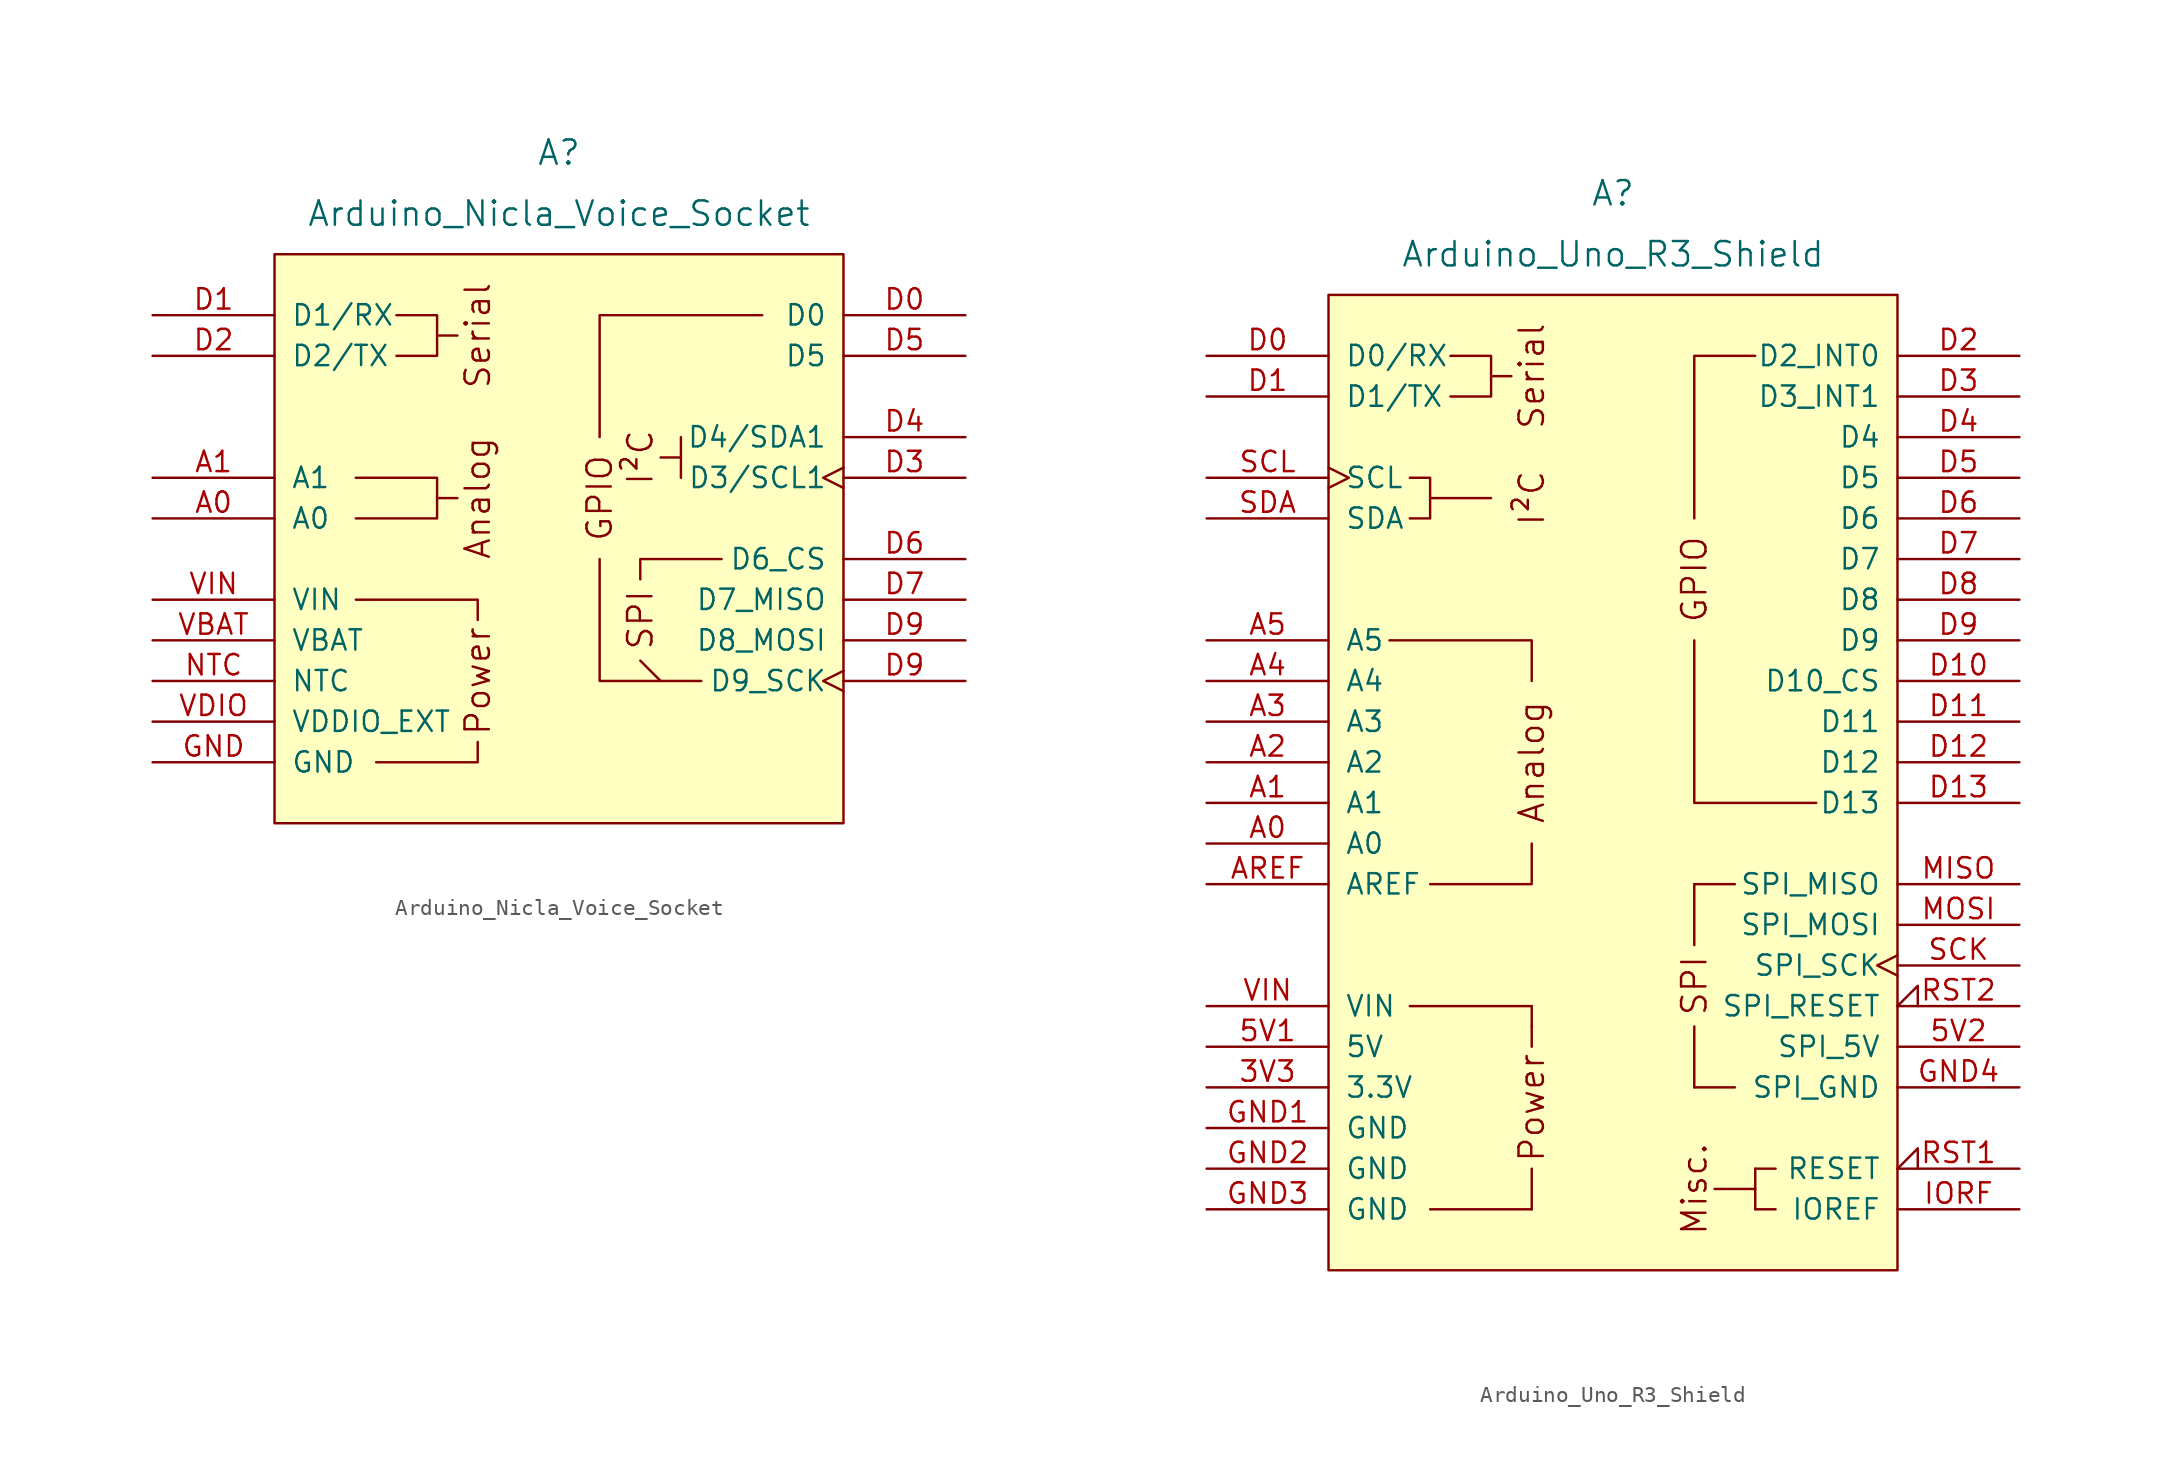
<source format=kicad_sym>
(kicad_symbol_lib
  (version 20211014)
  (generator kicad_symbol_editor)
  (symbol "Arduino_Nicla_Voice_Socket"
    (pin_names
      (offset 1.016))
    (property "Reference" "A"
      (at 0 33.02 0)
      (effects (font (size 1.524 1.524))))
    (property "Value" "Arduino_Nicla_Voice_Socket"
      (at 0 29.21 0)
      (effects (font (size 1.524 1.524))))
    (symbol "Arduino_Nicla_Voice_Socket_0_0"
      (rectangle (start -17.78 26.67) (end 17.78 -8.89) (stroke (width 0) (type default) (color 0 0 0 0)) (fill (type background)))
      (polyline (pts (xy -7.62 11.43) (xy -6.35 11.43)) (stroke (width 0) (type default) (color 0 0 0 0)) (fill (type none)))
      (polyline (pts (xy -7.62 21.59) (xy -6.35 21.59)) (stroke (width 0) (type default) (color 0 0 0 0)) (fill (type none)))
      (polyline (pts (xy 7.62 13.97) (xy 6.35 13.97)) (stroke (width 0) (type default) (color 0 0 0 0)) (fill (type none)))
      (polyline (pts (xy -11.43 -5.08) (xy -5.08 -5.08) (xy -5.08 -3.81)) (stroke (width 0) (type default) (color 0 0 0 0)) (fill (type none)))
      (polyline (pts (xy -5.08 3.81) (xy -5.08 5.08) (xy -12.7 5.08)) (stroke (width 0) (type default) (color 0 0 0 0)) (fill (type none)))
      (polyline (pts (xy -10.16 22.86) (xy -7.62 22.86) (xy -7.62 20.32) (xy -10.16 20.32)) (stroke (width 0) (type default) (color 0 0 0 0)) (fill (type none)))
      (polyline (pts (xy 5.08 6.35) (xy 5.08 6.35) (xy 5.08 7.62) (xy 10.16 7.62)) (stroke (width 0) (type default) (color 0 0 0 0)) (fill (type none)))
      (polyline (pts (xy 6.35 0) (xy 6.35 0) (xy 6.35 0) (xy 5.08 1.27)) (stroke (width 0) (type default) (color 0 0 0 0)) (fill (type none)))
      (polyline (pts (xy 7.62 12.7) (xy 7.62 12.7) (xy 7.62 15.24) (xy 7.62 15.24)) (stroke (width 0) (type default) (color 0 0 0 0)) (fill (type none)))
      (text "Analog" (at -5.08 11.43 900) (effects (font (size 1.524 1.524))))
      (text "I²C" (at 5.08 13.97 900) (effects (font (size 1.524 1.524))))
      (text "Power" (at -5.08 0 900) (effects (font (size 1.524 1.524))))
      (text "Serial" (at -5.08 21.59 900) (effects (font (size 1.524 1.524)))))
    (symbol "Arduino_Nicla_Voice_Socket_0_1"
      (polyline (pts (xy -12.7 10.16) (xy -7.62 10.16) (xy -7.62 11.43)) (stroke (width 0) (type default) (color 0 0 0 0)) (fill (type none)))
      (polyline (pts (xy -12.7 12.7) (xy -7.62 12.7) (xy -7.62 11.43)) (stroke (width 0) (type default) (color 0 0 0 0)) (fill (type none)))
      (polyline (pts (xy 8.89 0) (xy 2.54 0) (xy 2.54 7.62)) (stroke (width 0) (type default) (color 0 0 0 0)) (fill (type none)))
      (polyline (pts (xy 12.7 22.86) (xy 2.54 22.86) (xy 2.54 15.24)) (stroke (width 0) (type default) (color 0 0 0 0)) (fill (type none))))
    (symbol "Arduino_Nicla_Voice_Socket_1_0"
      (text "GPIO" (at 2.54 11.43 900) (effects (font (size 1.524 1.524))))
      (text "SPI" (at 5.08 3.81 900) (effects (font (size 1.524 1.524)))))
    (symbol "Arduino_Nicla_Voice_Socket_1_1"
      (pin bidirectional line (at -25.4 10.16 0) (length 7.62) (name "A0" (effects (font (size 1.27 1.27)))) (number "A0" (effects (font (size 1.27 1.27)))))
      (pin bidirectional line (at -25.4 12.7 0) (length 7.62) (name "A1" (effects (font (size 1.27 1.27)))) (number "A1" (effects (font (size 1.27 1.27)))))
      (pin bidirectional line (at 25.4 22.86 180) (length 7.62) (name "D0" (effects (font (size 1.27 1.27)))) (number "D0" (effects (font (size 1.27 1.27)))))
      (pin bidirectional line (at -25.4 22.86 0) (length 7.62) (name "D1/RX" (effects (font (size 1.27 1.27)))) (number "D1" (effects (font (size 1.27 1.27)))))
      (pin bidirectional line (at -25.4 20.32 0) (length 7.62) (name "D2/TX" (effects (font (size 1.27 1.27)))) (number "D2" (effects (font (size 1.27 1.27)))))
      (pin bidirectional clock (at 25.4 12.7 180) (length 7.62) (name "D3/SCL1" (effects (font (size 1.27 1.27)))) (number "D3" (effects (font (size 1.27 1.27)))))
      (pin bidirectional line (at 25.4 15.24 180) (length 7.62) (name "D4/SDA1" (effects (font (size 1.27 1.27)))) (number "D4" (effects (font (size 1.27 1.27)))))
      (pin bidirectional line (at 25.4 20.32 180) (length 7.62) (name "D5" (effects (font (size 1.27 1.27)))) (number "D5" (effects (font (size 1.27 1.27)))))
      (pin bidirectional line (at 25.4 7.62 180) (length 7.62) (name "D6_CS" (effects (font (size 1.27 1.27)))) (number "D6" (effects (font (size 1.27 1.27)))))
      (pin bidirectional line (at 25.4 5.08 180) (length 7.62) (name "D7_MISO" (effects (font (size 1.27 1.27)))) (number "D7" (effects (font (size 1.27 1.27)))))
      (pin bidirectional line (at 25.4 2.54 180) (length 7.62) (name "D8_MOSI" (effects (font (size 1.27 1.27)))) (number "D9" (effects (font (size 1.27 1.27)))))
      (pin bidirectional clock (at 25.4 0 180) (length 7.62) (name "D9_SCK" (effects (font (size 1.27 1.27)))) (number "D9" (effects (font (size 1.27 1.27)))))
      (pin power_in line (at -25.4 -5.08 0) (length 7.62) (name "GND" (effects (font (size 1.27 1.27)))) (number "GND" (effects (font (size 1.27 1.27)))))
      (pin input line (at -25.4 0 0) (length 7.62) (name "NTC" (effects (font (size 1.27 1.27)))) (number "NTC" (effects (font (size 1.27 1.27)))))
      (pin power_in line (at -25.4 2.54 0) (length 7.62) (name "VBAT" (effects (font (size 1.27 1.27)))) (number "VBAT" (effects (font (size 1.27 1.27)))))
      (pin power_out line (at -25.4 -2.54 0) (length 7.62) (name "VDDIO_EXT" (effects (font (size 1.27 1.27)))) (number "VDIO" (effects (font (size 1.27 1.27)))))
      (pin power_in line (at -25.4 5.08 0) (length 7.62) (name "VIN" (effects (font (size 1.27 1.27)))) (number "VIN" (effects (font (size 1.27 1.27)))))))
  (symbol "Arduino_Uno_R3_Shield"
    (pin_names
      (offset 1.016))
    (property "Reference" "A"
      (at 0 36.83 0)
      (effects (font (size 1.524 1.524))))
    (property "Value" "Arduino_Uno_R3_Shield"
      (at 0 33.02 0)
      (effects (font (size 1.524 1.524))))
    (symbol "Arduino_Uno_R3_Shield_0_0"
      (rectangle (start -17.78 30.48) (end 17.78 -30.48) (stroke (width 0) (type default) (color 0 0 0 0)) (fill (type background)))
      (rectangle (start -12.7 -13.97) (end -5.08 -13.97) (stroke (width 0) (type default) (color 0 0 0 0)) (fill (type none)))
      (rectangle (start -11.43 -26.67) (end -5.08 -26.67) (stroke (width 0) (type default) (color 0 0 0 0)) (fill (type none)))
      (polyline (pts (xy -11.43 17.78) (xy -7.62 17.78)) (stroke (width 0) (type default) (color 0 0 0 0)) (fill (type none)))
      (polyline (pts (xy -7.62 25.4) (xy -6.35 25.4)) (stroke (width 0) (type default) (color 0 0 0 0)) (fill (type none)))
      (polyline (pts (xy -5.08 -26.67) (xy -5.08 -24.13)) (stroke (width 0) (type default) (color 0 0 0 0)) (fill (type none)))
      (polyline (pts (xy -5.08 -15.24) (xy -5.08 -16.51)) (stroke (width 0) (type default) (color 0 0 0 0)) (fill (type none)))
      (polyline (pts (xy -5.08 -13.97) (xy -5.08 -15.24)) (stroke (width 0) (type default) (color 0 0 0 0)) (fill (type none)))
      (polyline (pts (xy -5.08 -3.81) (xy -5.08 -6.35) (xy -11.43 -6.35)) (stroke (width 0) (type default) (color 0 0 0 0)) (fill (type none)))
      (polyline (pts (xy -5.08 6.35) (xy -5.08 8.89) (xy -13.97 8.89)) (stroke (width 0) (type default) (color 0 0 0 0)) (fill (type none)))
      (polyline (pts (xy 5.08 8.89) (xy 5.08 -1.27) (xy 12.7 -1.27)) (stroke (width 0) (type default) (color 0 0 0 0)) (fill (type none)))
      (polyline (pts (xy 5.08 16.51) (xy 5.08 26.67) (xy 8.89 26.67)) (stroke (width 0) (type default) (color 0 0 0 0)) (fill (type none)))
      (polyline (pts (xy -12.7 19.05) (xy -11.43 19.05) (xy -11.43 16.51) (xy -12.7 16.51)) (stroke (width 0) (type default) (color 0 0 0 0)) (fill (type none)))
      (polyline (pts (xy -10.16 26.67) (xy -7.62 26.67) (xy -7.62 24.13) (xy -10.16 24.13)) (stroke (width 0) (type default) (color 0 0 0 0)) (fill (type none)))
      (rectangle (start 5.08 -19.05) (end 5.08 -15.24) (stroke (width 0) (type default) (color 0 0 0 0)) (fill (type none)))
      (rectangle (start 5.08 -19.05) (end 7.62 -19.05) (stroke (width 0) (type default) (color 0 0 0 0)) (fill (type none)))
      (rectangle (start 5.08 -10.16) (end 5.08 -6.35) (stroke (width 0) (type default) (color 0 0 0 0)) (fill (type none)))
      (rectangle (start 7.62 -6.35) (end 5.08 -6.35) (stroke (width 0) (type default) (color 0 0 0 0)) (fill (type none)))
      (rectangle (start 8.89 -25.4) (end 6.35 -25.4) (stroke (width 0) (type default) (color 0 0 0 0)) (fill (type none)))
      (rectangle (start 8.89 -24.13) (end 8.89 -26.67) (stroke (width 0) (type default) (color 0 0 0 0)) (fill (type none)))
      (rectangle (start 10.16 -26.67) (end 8.89 -26.67) (stroke (width 0) (type default) (color 0 0 0 0)) (fill (type none)))
      (rectangle (start 10.16 -24.13) (end 8.89 -24.13) (stroke (width 0) (type default) (color 0 0 0 0)) (fill (type none)))
      (text "Analog" (at -5.08 1.27 900) (effects (font (size 1.524 1.524))))
      (text "I²C" (at -5.08 17.78 900) (effects (font (size 1.524 1.524))))
      (text "Misc." (at 5.08 -25.4 900) (effects (font (size 1.524 1.524))))
      (text "Power" (at -5.08 -20.32 900) (effects (font (size 1.524 1.524))))
      (text "Serial" (at -5.08 25.4 900) (effects (font (size 1.524 1.524))))
      (text "SPI" (at 5.08 -12.7 900) (effects (font (size 1.524 1.524)))))
    (symbol "Arduino_Uno_R3_Shield_1_0"
      (text "GPIO" (at 5.08 12.7 900) (effects (font (size 1.524 1.524)))))
    (symbol "Arduino_Uno_R3_Shield_1_1"
      (pin power_out line (at -25.4 -19.05 0) (length 7.62) (name "3.3V" (effects (font (size 1.27 1.27)))) (number "3V3" (effects (font (size 1.27 1.27)))))
      (pin power_in line (at -25.4 -16.51 0) (length 7.62) (name "5V" (effects (font (size 1.27 1.27)))) (number "5V1" (effects (font (size 1.27 1.27)))))
      (pin power_in line (at 25.4 -16.51 180) (length 7.62) (name "SPI_5V" (effects (font (size 1.27 1.27)))) (number "5V2" (effects (font (size 1.27 1.27)))))
      (pin bidirectional line (at -25.4 -3.81 0) (length 7.62) (name "A0" (effects (font (size 1.27 1.27)))) (number "A0" (effects (font (size 1.27 1.27)))))
      (pin bidirectional line (at -25.4 -1.27 0) (length 7.62) (name "A1" (effects (font (size 1.27 1.27)))) (number "A1" (effects (font (size 1.27 1.27)))))
      (pin bidirectional line (at -25.4 1.27 0) (length 7.62) (name "A2" (effects (font (size 1.27 1.27)))) (number "A2" (effects (font (size 1.27 1.27)))))
      (pin bidirectional line (at -25.4 3.81 0) (length 7.62) (name "A3" (effects (font (size 1.27 1.27)))) (number "A3" (effects (font (size 1.27 1.27)))))
      (pin bidirectional line (at -25.4 6.35 0) (length 7.62) (name "A4" (effects (font (size 1.27 1.27)))) (number "A4" (effects (font (size 1.27 1.27)))))
      (pin bidirectional line (at -25.4 8.89 0) (length 7.62) (name "A5" (effects (font (size 1.27 1.27)))) (number "A5" (effects (font (size 1.27 1.27)))))
      (pin input line (at -25.4 -6.35 0) (length 7.62) (name "AREF" (effects (font (size 1.27 1.27)))) (number "AREF" (effects (font (size 1.27 1.27)))))
      (pin bidirectional line (at -25.4 26.67 0) (length 7.62) (name "D0/RX" (effects (font (size 1.27 1.27)))) (number "D0" (effects (font (size 1.27 1.27)))))
      (pin bidirectional line (at -25.4 24.13 0) (length 7.62) (name "D1/TX" (effects (font (size 1.27 1.27)))) (number "D1" (effects (font (size 1.27 1.27)))))
      (pin bidirectional line (at 25.4 6.35 180) (length 7.62) (name "D10_CS" (effects (font (size 1.27 1.27)))) (number "D10" (effects (font (size 1.27 1.27)))))
      (pin bidirectional line (at 25.4 3.81 180) (length 7.62) (name "D11" (effects (font (size 1.27 1.27)))) (number "D11" (effects (font (size 1.27 1.27)))))
      (pin bidirectional line (at 25.4 1.27 180) (length 7.62) (name "D12" (effects (font (size 1.27 1.27)))) (number "D12" (effects (font (size 1.27 1.27)))))
      (pin bidirectional line (at 25.4 -1.27 180) (length 7.62) (name "D13" (effects (font (size 1.27 1.27)))) (number "D13" (effects (font (size 1.27 1.27)))))
      (pin bidirectional line (at 25.4 26.67 180) (length 7.62) (name "D2_INT0" (effects (font (size 1.27 1.27)))) (number "D2" (effects (font (size 1.27 1.27)))))
      (pin bidirectional line (at 25.4 24.13 180) (length 7.62) (name "D3_INT1" (effects (font (size 1.27 1.27)))) (number "D3" (effects (font (size 1.27 1.27)))))
      (pin bidirectional line (at 25.4 21.59 180) (length 7.62) (name "D4" (effects (font (size 1.27 1.27)))) (number "D4" (effects (font (size 1.27 1.27)))))
      (pin bidirectional line (at 25.4 19.05 180) (length 7.62) (name "D5" (effects (font (size 1.27 1.27)))) (number "D5" (effects (font (size 1.27 1.27)))))
      (pin bidirectional line (at 25.4 16.51 180) (length 7.62) (name "D6" (effects (font (size 1.27 1.27)))) (number "D6" (effects (font (size 1.27 1.27)))))
      (pin bidirectional line (at 25.4 13.97 180) (length 7.62) (name "D7" (effects (font (size 1.27 1.27)))) (number "D7" (effects (font (size 1.27 1.27)))))
      (pin bidirectional line (at 25.4 11.43 180) (length 7.62) (name "D8" (effects (font (size 1.27 1.27)))) (number "D8" (effects (font (size 1.27 1.27)))))
      (pin bidirectional line (at 25.4 8.89 180) (length 7.62) (name "D9" (effects (font (size 1.27 1.27)))) (number "D9" (effects (font (size 1.27 1.27)))))
      (pin power_in line (at -25.4 -21.59 0) (length 7.62) (name "GND" (effects (font (size 1.27 1.27)))) (number "GND1" (effects (font (size 1.27 1.27)))))
      (pin power_in line (at -25.4 -24.13 0) (length 7.62) (name "GND" (effects (font (size 1.27 1.27)))) (number "GND2" (effects (font (size 1.27 1.27)))))
      (pin power_in line (at -25.4 -26.67 0) (length 7.62) (name "GND" (effects (font (size 1.27 1.27)))) (number "GND3" (effects (font (size 1.27 1.27)))))
      (pin power_in line (at 25.4 -19.05 180) (length 7.62) (name "SPI_GND" (effects (font (size 1.27 1.27)))) (number "GND4" (effects (font (size 1.27 1.27)))))
      (pin output line (at 25.4 -26.67 180) (length 7.62) (name "IOREF" (effects (font (size 1.27 1.27)))) (number "IORF" (effects (font (size 1.27 1.27)))))
      (pin input line (at 25.4 -6.35 180) (length 7.62) (name "SPI_MISO" (effects (font (size 1.27 1.27)))) (number "MISO" (effects (font (size 1.27 1.27)))))
      (pin output line (at 25.4 -8.89 180) (length 7.62) (name "SPI_MOSI" (effects (font (size 1.27 1.27)))) (number "MOSI" (effects (font (size 1.27 1.27)))))
      (pin open_collector input_low (at 25.4 -24.13 180) (length 7.62) (name "RESET" (effects (font (size 1.27 1.27)))) (number "RST1" (effects (font (size 1.27 1.27)))))
      (pin open_collector input_low (at 25.4 -13.97 180) (length 7.62) (name "SPI_RESET" (effects (font (size 1.27 1.27)))) (number "RST2" (effects (font (size 1.27 1.27)))))
      (pin output clock (at 25.4 -11.43 180) (length 7.62) (name "SPI_SCK" (effects (font (size 1.27 1.27)))) (number "SCK" (effects (font (size 1.27 1.27)))))
      (pin bidirectional clock (at -25.4 19.05 0) (length 7.62) (name "SCL" (effects (font (size 1.27 1.27)))) (number "SCL" (effects (font (size 1.27 1.27)))))
      (pin bidirectional line (at -25.4 16.51 0) (length 7.62) (name "SDA" (effects (font (size 1.27 1.27)))) (number "SDA" (effects (font (size 1.27 1.27)))))
      (pin power_in line (at -25.4 -13.97 0) (length 7.62) (name "VIN" (effects (font (size 1.27 1.27)))) (number "VIN" (effects (font (size 1.27 1.27))))))))
</source>
